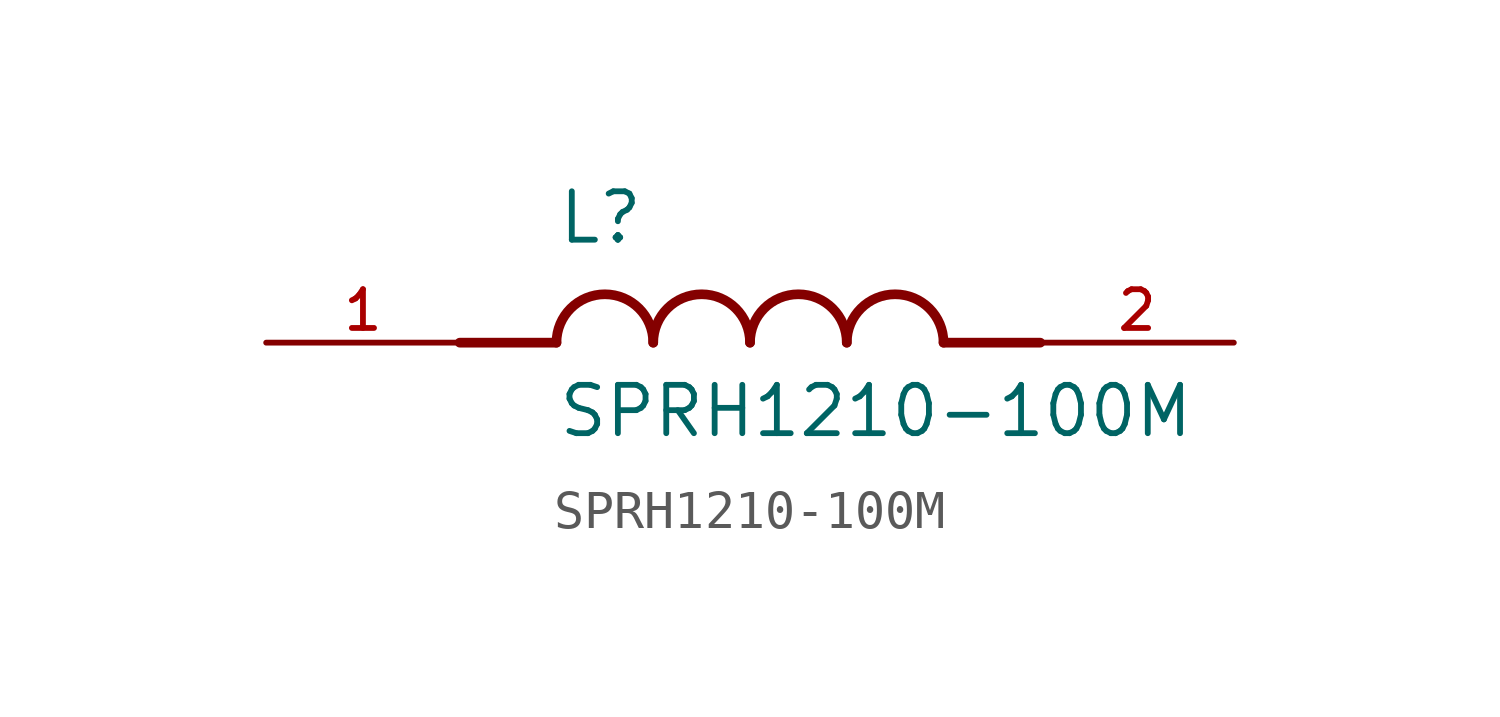
<source format=kicad_sym>
(kicad_symbol_lib
  (version 20211014)
  (generator kicad_symbol_editor)
  (symbol "SPRH1210-100M"
    (pin_names
      (offset 1.016))
    (property "Reference" "L"
      (at -5.08 2.54 0)
      (effects (font (size 1.27 1.27)) (justify bottom left)))
    (property "Value" "SPRH1210-100M"
      (at -5.08 -2.54 0)
      (effects (font (size 1.27 1.27)) (justify bottom left)))
    (symbol "SPRH1210-100M_0_0"
      (polyline (pts (xy -5.08 0.0) (xy -7.62 0.0)) (stroke (width 0.254)))
      (polyline (pts (xy 5.08 0.0) (xy 7.62 0.0)) (stroke (width 0.254)))
      (arc (start -2.54 0.0) (mid -3.81 1.27) (end -5.08 0.0) (stroke (width 0.254) (type default) (color 0 0 0 0)) (fill (type none)))
      (arc (start 0.0 0.0) (mid -1.27 1.27) (end -2.54 0.0) (stroke (width 0.254) (type default) (color 0 0 0 0)) (fill (type none)))
      (arc (start 2.54 0.0) (mid 1.27 1.27) (end 0.0 0.0) (stroke (width 0.254) (type default) (color 0 0 0 0)) (fill (type none)))
      (arc (start 5.08 0.0) (mid 3.81 1.27) (end 2.54 0.0) (stroke (width 0.254) (type default) (color 0 0 0 0)) (fill (type none)))
      (pin passive line (at -12.7 0.0 0) (length 5.08) (name "~" (effects (font (size 1.016 1.016)))) (number "1" (effects (font (size 1.016 1.016)))))
      (pin passive line (at 12.7 0.0 180.0) (length 5.08) (name "~" (effects (font (size 1.016 1.016)))) (number "2" (effects (font (size 1.016 1.016))))))))
</source>
